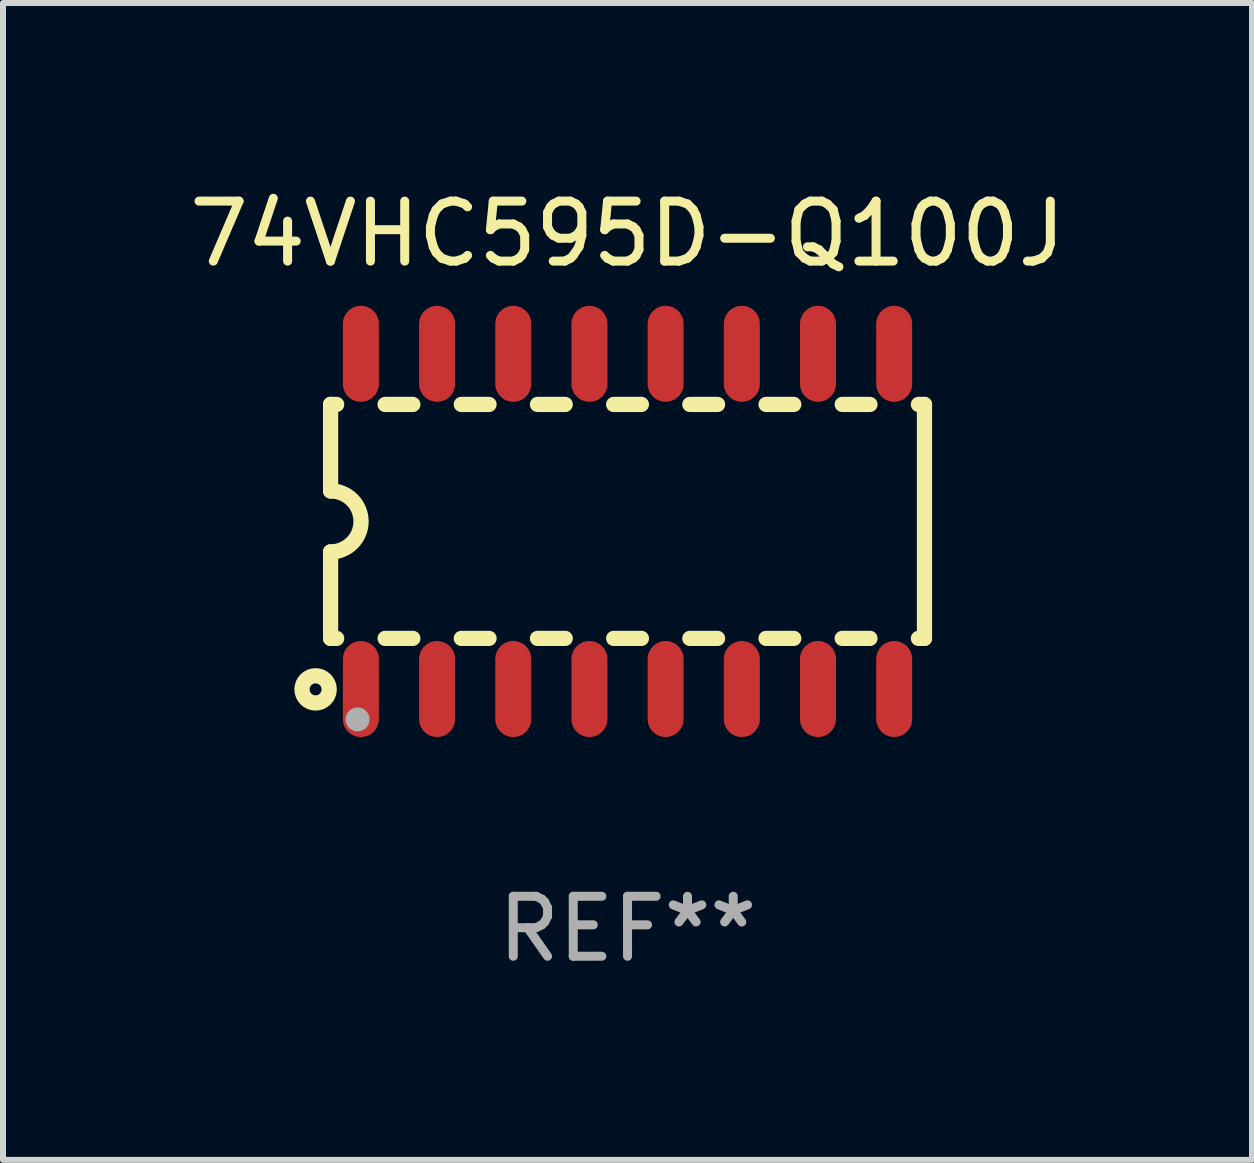
<source format=kicad_pcb>
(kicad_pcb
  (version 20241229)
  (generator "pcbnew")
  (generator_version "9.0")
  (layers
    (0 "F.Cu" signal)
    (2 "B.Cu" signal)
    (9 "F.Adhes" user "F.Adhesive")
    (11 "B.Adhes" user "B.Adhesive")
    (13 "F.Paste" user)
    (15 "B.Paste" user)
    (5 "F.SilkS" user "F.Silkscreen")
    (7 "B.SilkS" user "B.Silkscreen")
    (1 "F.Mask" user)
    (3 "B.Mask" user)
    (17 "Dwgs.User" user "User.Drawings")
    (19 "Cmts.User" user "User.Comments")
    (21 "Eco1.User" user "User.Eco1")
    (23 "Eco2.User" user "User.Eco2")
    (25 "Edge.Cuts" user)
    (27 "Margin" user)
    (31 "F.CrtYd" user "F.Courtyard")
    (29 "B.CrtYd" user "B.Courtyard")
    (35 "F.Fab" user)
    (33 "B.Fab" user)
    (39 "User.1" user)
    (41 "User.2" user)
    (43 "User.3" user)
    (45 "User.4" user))
  (footprint "74VHC595D-Q100J"
    (layer "F.Cu")
    (at 7.411 5.642)
    (property "Reference" "74VHC595D-Q100J" (at 0 -4.794 0) (layer "F.SilkS") (effects (font (size 1 1) (thickness 0.15))))
    (attr through_hole)
    (fp_line (start -4.95 -1.95) (end -4.95 -0.508) (stroke (width 0.254) (type solid)) (layer "F.SilkS"))
    (fp_line (start -4.95 -1.95) (end -4.849 -1.95) (stroke (width 0.254) (type solid)) (layer "F.SilkS"))
    (fp_line (start -4.95 1.95) (end -4.95 0.508) (stroke (width 0.254) (type solid)) (layer "F.SilkS"))
    (fp_line (start -4.95 1.95) (end -4.849 1.95) (stroke (width 0.254) (type solid)) (layer "F.SilkS"))
    (fp_line (start -4.041 -1.95) (end -3.579 -1.95) (stroke (width 0.254) (type solid)) (layer "F.SilkS"))
    (fp_line (start -4.041 1.95) (end -3.579 1.95) (stroke (width 0.254) (type solid)) (layer "F.SilkS"))
    (fp_line (start -2.771 -1.95) (end -2.309 -1.95) (stroke (width 0.254) (type solid)) (layer "F.SilkS"))
    (fp_line (start -2.771 1.95) (end -2.309 1.95) (stroke (width 0.254) (type solid)) (layer "F.SilkS"))
    (fp_line (start -1.501 -1.95) (end -1.039 -1.95) (stroke (width 0.254) (type solid)) (layer "F.SilkS"))
    (fp_line (start -1.501 1.95) (end -1.039 1.95) (stroke (width 0.254) (type solid)) (layer "F.SilkS"))
    (fp_line (start -0.231 -1.95) (end 0.231 -1.95) (stroke (width 0.254) (type solid)) (layer "F.SilkS"))
    (fp_line (start -0.231 1.95) (end 0.231 1.95) (stroke (width 0.254) (type solid)) (layer "F.SilkS"))
    (fp_line (start 1.039 -1.95) (end 1.501 -1.95) (stroke (width 0.254) (type solid)) (layer "F.SilkS"))
    (fp_line (start 1.039 1.95) (end 1.501 1.95) (stroke (width 0.254) (type solid)) (layer "F.SilkS"))
    (fp_line (start 2.309 -1.95) (end 2.771 -1.95) (stroke (width 0.254) (type solid)) (layer "F.SilkS"))
    (fp_line (start 2.309 1.95) (end 2.771 1.95) (stroke (width 0.254) (type solid)) (layer "F.SilkS"))
    (fp_line (start 3.579 -1.95) (end 4.041 -1.95) (stroke (width 0.254) (type solid)) (layer "F.SilkS"))
    (fp_line (start 3.579 1.95) (end 4.041 1.95) (stroke (width 0.254) (type solid)) (layer "F.SilkS"))
    (fp_line (start 4.849 -1.95) (end 4.95 -1.95) (stroke (width 0.254) (type solid)) (layer "F.SilkS"))
    (fp_line (start 4.849 1.95) (end 4.95 1.95) (stroke (width 0.254) (type solid)) (layer "F.SilkS"))
    (fp_line (start 4.95 -1.95) (end 4.95 1.95) (stroke (width 0.254) (type solid)) (layer "F.SilkS"))
    (fp_arc (start -4.95047 -0.508001) (mid -4.442469 -0.000228) (end -4.950013 0.508001) (stroke (width 0.254001) (type solid)) (layer "F.SilkS"))
    (fp_circle (center -5.2 2.8) (end -5.1 2.8) (stroke (width 0.254) (type solid)) (fill no) (layer "F.SilkS"))
    (fp_circle (center -4.95 2.947) (end -4.92 2.947) (stroke (width 0.06) (type solid)) (fill no) (layer "F.SilkS"))
    (fp_circle (center -4.5 3.3) (end -4.4 3.3) (stroke (width 0.2) (type solid)) (fill no) (layer "F.Fab"))
    (fp_text user "REF**" (at 0 6.794 0) (layer "F.Fab") (effects (font (size 1 1) (thickness 0.15))))
    (pad "1" smd oval (at -4.445 2.794) (size 0.6 1.6) (layers "F.Cu" "F.Mask" "F.Paste"))
    (pad "2" smd oval (at -3.175 2.794) (size 0.6 1.6) (layers "F.Cu" "F.Mask" "F.Paste"))
    (pad "3" smd oval (at -1.905 2.794) (size 0.6 1.6) (layers "F.Cu" "F.Mask" "F.Paste"))
    (pad "4" smd oval (at -0.635 2.794) (size 0.6 1.6) (layers "F.Cu" "F.Mask" "F.Paste"))
    (pad "5" smd oval (at 0.635 2.794) (size 0.6 1.6) (layers "F.Cu" "F.Mask" "F.Paste"))
    (pad "6" smd oval (at 1.905 2.794) (size 0.6 1.6) (layers "F.Cu" "F.Mask" "F.Paste"))
    (pad "7" smd oval (at 3.175 2.794) (size 0.6 1.6) (layers "F.Cu" "F.Mask" "F.Paste"))
    (pad "8" smd oval (at 4.445 2.794) (size 0.6 1.6) (layers "F.Cu" "F.Mask" "F.Paste"))
    (pad "9" smd oval (at 4.445 -2.794) (size 0.6 1.6) (layers "F.Cu" "F.Mask" "F.Paste"))
    (pad "10" smd oval (at 3.175 -2.794) (size 0.6 1.6) (layers "F.Cu" "F.Mask" "F.Paste"))
    (pad "11" smd oval (at 1.905 -2.794) (size 0.6 1.6) (layers "F.Cu" "F.Mask" "F.Paste"))
    (pad "12" smd oval (at 0.635 -2.794) (size 0.6 1.6) (layers "F.Cu" "F.Mask" "F.Paste"))
    (pad "13" smd oval (at -0.635 -2.794) (size 0.6 1.6) (layers "F.Cu" "F.Mask" "F.Paste"))
    (pad "14" smd oval (at -1.905 -2.794) (size 0.6 1.6) (layers "F.Cu" "F.Mask" "F.Paste"))
    (pad "15" smd oval (at -3.175 -2.794) (size 0.6 1.6) (layers "F.Cu" "F.Mask" "F.Paste"))
    (pad "16" smd oval (at -4.445 -2.794) (size 0.6 1.6) (layers "F.Cu" "F.Mask" "F.Paste")))
  (gr_rect
    (start -3 -3)
    (end 17.821 16.285)
    (stroke (width 0.1) (type default))
    (fill no)
    (layer "Edge.Cuts")))
</source>
